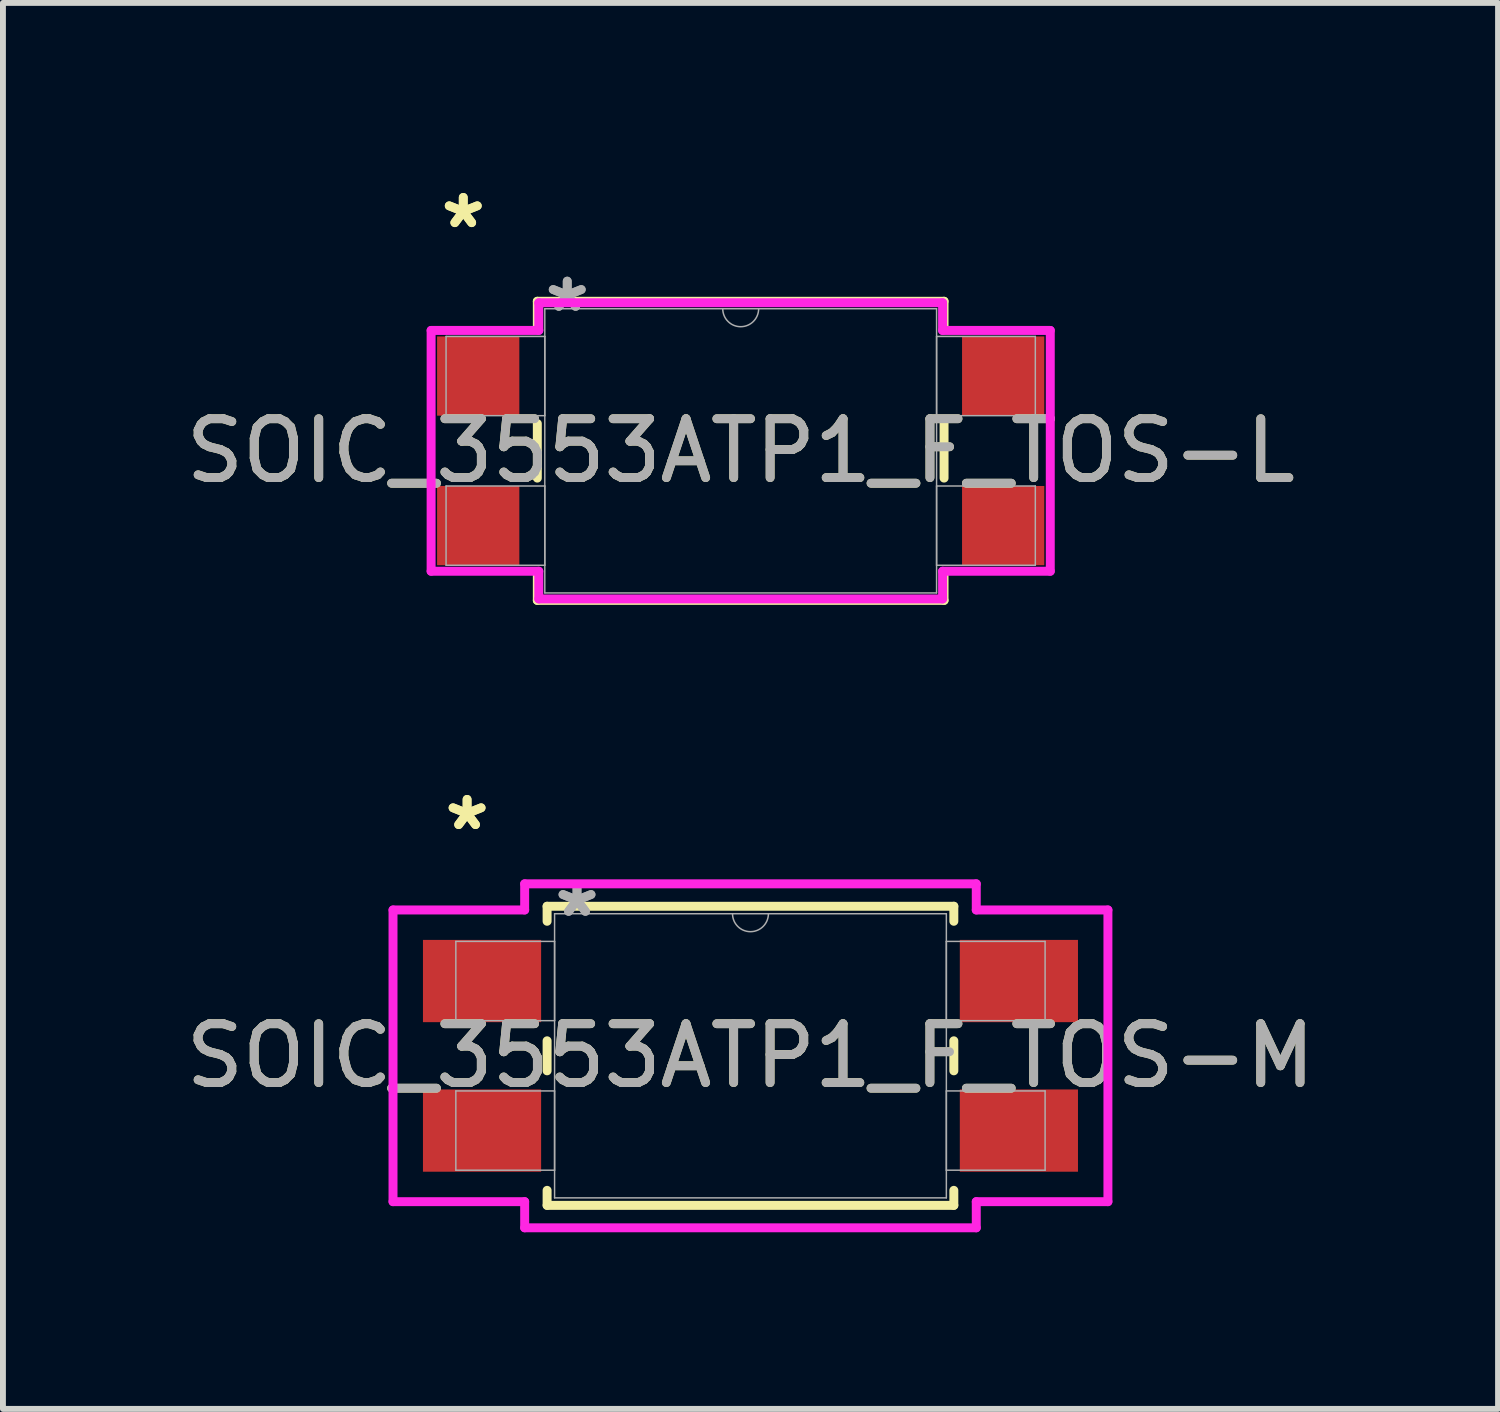
<source format=kicad_pcb>
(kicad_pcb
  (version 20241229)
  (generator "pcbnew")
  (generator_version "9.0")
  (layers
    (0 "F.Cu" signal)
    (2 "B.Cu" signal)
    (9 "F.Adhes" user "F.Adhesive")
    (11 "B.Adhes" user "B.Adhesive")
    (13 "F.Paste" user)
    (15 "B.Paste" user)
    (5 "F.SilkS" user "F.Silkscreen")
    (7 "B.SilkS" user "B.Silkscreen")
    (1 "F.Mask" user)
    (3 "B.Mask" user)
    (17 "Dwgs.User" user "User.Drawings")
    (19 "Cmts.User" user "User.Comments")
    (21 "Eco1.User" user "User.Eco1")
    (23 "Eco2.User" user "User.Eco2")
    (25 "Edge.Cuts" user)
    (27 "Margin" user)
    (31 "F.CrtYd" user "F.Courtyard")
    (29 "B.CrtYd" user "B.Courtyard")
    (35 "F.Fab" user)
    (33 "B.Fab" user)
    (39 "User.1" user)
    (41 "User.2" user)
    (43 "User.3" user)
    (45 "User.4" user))
  (footprint "SOIC_3553ATP1_F_TOS-M"
    (layer "F.Cu")
    (at 9.696 14.882)
    (property "Reference" "SOIC_3553ATP1_F_TOS-M" (at 0 0 0) (unlocked yes) (layer "F.SilkS") (effects (font (size 1 1) (thickness 0.15))))
    (attr smd)
    (fp_line (start -3.454 -2.54) (end -3.454 -2.285) (stroke (width 0.152) (type solid)) (layer "F.SilkS"))
    (fp_line (start -3.454 -0.255) (end -3.454 0.255) (stroke (width 0.152) (type solid)) (layer "F.SilkS"))
    (fp_line (start -3.454 2.285) (end -3.454 2.54) (stroke (width 0.152) (type solid)) (layer "F.SilkS"))
    (fp_line (start -3.454 2.54) (end 3.454 2.54) (stroke (width 0.152) (type solid)) (layer "F.SilkS"))
    (fp_line (start 3.454 -2.54) (end -3.454 -2.54) (stroke (width 0.152) (type solid)) (layer "F.SilkS"))
    (fp_line (start 3.454 -2.285) (end 3.454 -2.54) (stroke (width 0.152) (type solid)) (layer "F.SilkS"))
    (fp_line (start 3.454 0.255) (end 3.454 -0.255) (stroke (width 0.152) (type solid)) (layer "F.SilkS"))
    (fp_line (start 3.454 2.54) (end 3.454 2.285) (stroke (width 0.152) (type solid)) (layer "F.SilkS"))
    (fp_line (start -6.071 -2.477) (end -3.835 -2.477) (stroke (width 0.152) (type solid)) (layer "F.CrtYd"))
    (fp_line (start -6.071 2.477) (end -6.071 -2.477) (stroke (width 0.152) (type solid)) (layer "F.CrtYd"))
    (fp_line (start -6.071 2.477) (end -3.835 2.477) (stroke (width 0.152) (type solid)) (layer "F.CrtYd"))
    (fp_line (start -3.835 -2.921) (end 3.835 -2.921) (stroke (width 0.152) (type solid)) (layer "F.CrtYd"))
    (fp_line (start -3.835 -2.477) (end -3.835 -2.921) (stroke (width 0.152) (type solid)) (layer "F.CrtYd"))
    (fp_line (start -3.835 2.921) (end -3.835 2.477) (stroke (width 0.152) (type solid)) (layer "F.CrtYd"))
    (fp_line (start 3.835 -2.921) (end 3.835 -2.477) (stroke (width 0.152) (type solid)) (layer "F.CrtYd"))
    (fp_line (start 3.835 2.477) (end 3.835 2.921) (stroke (width 0.152) (type solid)) (layer "F.CrtYd"))
    (fp_line (start 3.835 2.921) (end -3.835 2.921) (stroke (width 0.152) (type solid)) (layer "F.CrtYd"))
    (fp_line (start 6.071 -2.477) (end 3.835 -2.477) (stroke (width 0.152) (type solid)) (layer "F.CrtYd"))
    (fp_line (start 6.071 -2.477) (end 6.071 2.477) (stroke (width 0.152) (type solid)) (layer "F.CrtYd"))
    (fp_line (start 6.071 2.477) (end 3.835 2.477) (stroke (width 0.152) (type solid)) (layer "F.CrtYd"))
    (fp_line (start -5.004 -1.943) (end -5.004 -0.597) (stroke (width 0.025) (type solid)) (layer "F.Fab"))
    (fp_line (start -5.004 -0.597) (end -3.327 -0.597) (stroke (width 0.025) (type solid)) (layer "F.Fab"))
    (fp_line (start -5.004 0.597) (end -5.004 1.943) (stroke (width 0.025) (type solid)) (layer "F.Fab"))
    (fp_line (start -5.004 1.943) (end -3.327 1.943) (stroke (width 0.025) (type solid)) (layer "F.Fab"))
    (fp_line (start -3.327 -2.413) (end -3.327 2.413) (stroke (width 0.025) (type solid)) (layer "F.Fab"))
    (fp_line (start -3.327 -1.943) (end -5.004 -1.943) (stroke (width 0.025) (type solid)) (layer "F.Fab"))
    (fp_line (start -3.327 -0.597) (end -3.327 -1.943) (stroke (width 0.025) (type solid)) (layer "F.Fab"))
    (fp_line (start -3.327 0.597) (end -5.004 0.597) (stroke (width 0.025) (type solid)) (layer "F.Fab"))
    (fp_line (start -3.327 1.943) (end -3.327 0.597) (stroke (width 0.025) (type solid)) (layer "F.Fab"))
    (fp_line (start -3.327 2.413) (end 3.327 2.413) (stroke (width 0.025) (type solid)) (layer "F.Fab"))
    (fp_line (start 3.327 -2.413) (end -3.327 -2.413) (stroke (width 0.025) (type solid)) (layer "F.Fab"))
    (fp_line (start 3.327 -1.943) (end 3.327 -0.597) (stroke (width 0.025) (type solid)) (layer "F.Fab"))
    (fp_line (start 3.327 -0.597) (end 5.004 -0.597) (stroke (width 0.025) (type solid)) (layer "F.Fab"))
    (fp_line (start 3.327 0.597) (end 3.327 1.943) (stroke (width 0.025) (type solid)) (layer "F.Fab"))
    (fp_line (start 3.327 1.943) (end 5.004 1.943) (stroke (width 0.025) (type solid)) (layer "F.Fab"))
    (fp_line (start 3.327 2.413) (end 3.327 -2.413) (stroke (width 0.025) (type solid)) (layer "F.Fab"))
    (fp_line (start 5.004 -1.943) (end 3.327 -1.943) (stroke (width 0.025) (type solid)) (layer "F.Fab"))
    (fp_line (start 5.004 -0.597) (end 5.004 -1.943) (stroke (width 0.025) (type solid)) (layer "F.Fab"))
    (fp_line (start 5.004 0.597) (end 3.327 0.597) (stroke (width 0.025) (type solid)) (layer "F.Fab"))
    (fp_line (start 5.004 1.943) (end 5.004 0.597) (stroke (width 0.025) (type solid)) (layer "F.Fab"))
    (fp_arc (start 0.3048 -2.413) (mid 0 -2.1082) (end -0.3048 -2.413) (stroke (width 0.0254) (type solid)) (layer "F.Fab"))
    (fp_text user "*" (at -4.813 -3.81 0) (unlocked yes) (layer "F.SilkS") (effects (font (size 1 1) (thickness 0.15))))
    (fp_text user "*" (at -4.813 -3.81 0) (layer "F.SilkS") (effects (font (size 1 1) (thickness 0.15))))
    (fp_text user "*" (at -2.946 -2.337 0) (layer "F.Fab") (effects (font (size 1 1) (thickness 0.15))))
    (fp_text user "${REFERENCE}" (at 0 0 0) (unlocked yes) (layer "F.Fab") (effects (font (size 1 1) (thickness 0.15))))
    (fp_text user "*" (at -2.946 -2.337 0) (unlocked yes) (layer "F.Fab") (effects (font (size 1 1) (thickness 0.15))))
    (pad "1" smd rect (at -4.559 -1.27) (size 2.007 1.397) (layers "F.Cu" "F.Mask" "F.Paste"))
    (pad "2" smd rect (at -4.559 1.27) (size 2.007 1.397) (layers "F.Cu" "F.Mask" "F.Paste"))
    (pad "3" smd rect (at 4.559 1.27) (size 2.007 1.397) (layers "F.Cu" "F.Mask" "F.Paste"))
    (pad "4" smd rect (at 4.559 -1.27) (size 2.007 1.397) (layers "F.Cu" "F.Mask" "F.Paste")))
  (footprint "SOIC_3553ATP1_F_TOS-L"
    (layer "F.Cu")
    (at 9.53 4.607)
    (property "Reference" "SOIC_3553ATP1_F_TOS-L" (at 0 0 0) (unlocked yes) (layer "F.SilkS") (effects (font (size 1 1) (thickness 0.15))))
    (attr smd)
    (fp_line (start -3.454 -2.54) (end -3.454 -2.077) (stroke (width 0.152) (type solid)) (layer "F.SilkS"))
    (fp_line (start -3.454 -0.463) (end -3.454 0.463) (stroke (width 0.152) (type solid)) (layer "F.SilkS"))
    (fp_line (start -3.454 2.077) (end -3.454 2.54) (stroke (width 0.152) (type solid)) (layer "F.SilkS"))
    (fp_line (start -3.454 2.54) (end 3.454 2.54) (stroke (width 0.152) (type solid)) (layer "F.SilkS"))
    (fp_line (start 3.454 -2.54) (end -3.454 -2.54) (stroke (width 0.152) (type solid)) (layer "F.SilkS"))
    (fp_line (start 3.454 -2.077) (end 3.454 -2.54) (stroke (width 0.152) (type solid)) (layer "F.SilkS"))
    (fp_line (start 3.454 0.463) (end 3.454 -0.463) (stroke (width 0.152) (type solid)) (layer "F.SilkS"))
    (fp_line (start 3.454 2.54) (end 3.454 2.077) (stroke (width 0.152) (type solid)) (layer "F.SilkS"))
    (fp_line (start -5.258 -2.045) (end -3.429 -2.045) (stroke (width 0.152) (type solid)) (layer "F.CrtYd"))
    (fp_line (start -5.258 2.045) (end -5.258 -2.045) (stroke (width 0.152) (type solid)) (layer "F.CrtYd"))
    (fp_line (start -5.258 2.045) (end -3.429 2.045) (stroke (width 0.152) (type solid)) (layer "F.CrtYd"))
    (fp_line (start -3.429 -2.515) (end 3.429 -2.515) (stroke (width 0.152) (type solid)) (layer "F.CrtYd"))
    (fp_line (start -3.429 -2.045) (end -3.429 -2.515) (stroke (width 0.152) (type solid)) (layer "F.CrtYd"))
    (fp_line (start -3.429 2.515) (end -3.429 2.045) (stroke (width 0.152) (type solid)) (layer "F.CrtYd"))
    (fp_line (start 3.429 -2.515) (end 3.429 -2.045) (stroke (width 0.152) (type solid)) (layer "F.CrtYd"))
    (fp_line (start 3.429 2.045) (end 3.429 2.515) (stroke (width 0.152) (type solid)) (layer "F.CrtYd"))
    (fp_line (start 3.429 2.515) (end -3.429 2.515) (stroke (width 0.152) (type solid)) (layer "F.CrtYd"))
    (fp_line (start 5.258 -2.045) (end 3.429 -2.045) (stroke (width 0.152) (type solid)) (layer "F.CrtYd"))
    (fp_line (start 5.258 -2.045) (end 5.258 2.045) (stroke (width 0.152) (type solid)) (layer "F.CrtYd"))
    (fp_line (start 5.258 2.045) (end 3.429 2.045) (stroke (width 0.152) (type solid)) (layer "F.CrtYd"))
    (fp_line (start -5.004 -1.943) (end -5.004 -0.597) (stroke (width 0.025) (type solid)) (layer "F.Fab"))
    (fp_line (start -5.004 -0.597) (end -3.327 -0.597) (stroke (width 0.025) (type solid)) (layer "F.Fab"))
    (fp_line (start -5.004 0.597) (end -5.004 1.943) (stroke (width 0.025) (type solid)) (layer "F.Fab"))
    (fp_line (start -5.004 1.943) (end -3.327 1.943) (stroke (width 0.025) (type solid)) (layer "F.Fab"))
    (fp_line (start -3.327 -2.413) (end -3.327 2.413) (stroke (width 0.025) (type solid)) (layer "F.Fab"))
    (fp_line (start -3.327 -1.943) (end -5.004 -1.943) (stroke (width 0.025) (type solid)) (layer "F.Fab"))
    (fp_line (start -3.327 -0.597) (end -3.327 -1.943) (stroke (width 0.025) (type solid)) (layer "F.Fab"))
    (fp_line (start -3.327 0.597) (end -5.004 0.597) (stroke (width 0.025) (type solid)) (layer "F.Fab"))
    (fp_line (start -3.327 1.943) (end -3.327 0.597) (stroke (width 0.025) (type solid)) (layer "F.Fab"))
    (fp_line (start -3.327 2.413) (end 3.327 2.413) (stroke (width 0.025) (type solid)) (layer "F.Fab"))
    (fp_line (start 3.327 -2.413) (end -3.327 -2.413) (stroke (width 0.025) (type solid)) (layer "F.Fab"))
    (fp_line (start 3.327 -1.943) (end 3.327 -0.597) (stroke (width 0.025) (type solid)) (layer "F.Fab"))
    (fp_line (start 3.327 -0.597) (end 5.004 -0.597) (stroke (width 0.025) (type solid)) (layer "F.Fab"))
    (fp_line (start 3.327 0.597) (end 3.327 1.943) (stroke (width 0.025) (type solid)) (layer "F.Fab"))
    (fp_line (start 3.327 1.943) (end 5.004 1.943) (stroke (width 0.025) (type solid)) (layer "F.Fab"))
    (fp_line (start 3.327 2.413) (end 3.327 -2.413) (stroke (width 0.025) (type solid)) (layer "F.Fab"))
    (fp_line (start 5.004 -1.943) (end 3.327 -1.943) (stroke (width 0.025) (type solid)) (layer "F.Fab"))
    (fp_line (start 5.004 -0.597) (end 5.004 -1.943) (stroke (width 0.025) (type solid)) (layer "F.Fab"))
    (fp_line (start 5.004 0.597) (end 3.327 0.597) (stroke (width 0.025) (type solid)) (layer "F.Fab"))
    (fp_line (start 5.004 1.943) (end 5.004 0.597) (stroke (width 0.025) (type solid)) (layer "F.Fab"))
    (fp_arc (start 0.3048 -2.413) (mid 0 -2.1082) (end -0.3048 -2.413) (stroke (width 0.0254) (type solid)) (layer "F.Fab"))
    (fp_text user "*" (at -4.712 -3.759 0) (unlocked yes) (layer "F.SilkS") (effects (font (size 1 1) (thickness 0.15))))
    (fp_text user "*" (at -4.712 -3.759 0) (layer "F.SilkS") (effects (font (size 1 1) (thickness 0.15))))
    (fp_text user "*" (at -2.946 -2.337 0) (layer "F.Fab") (effects (font (size 1 1) (thickness 0.15))))
    (fp_text user "${REFERENCE}" (at 0 0 0) (unlocked yes) (layer "F.Fab") (effects (font (size 1 1) (thickness 0.15))))
    (fp_text user "*" (at -2.946 -2.337 0) (unlocked yes) (layer "F.Fab") (effects (font (size 1 1) (thickness 0.15))))
    (pad "1" smd rect (at -4.458 -1.27) (size 1.397 1.346) (layers "F.Cu" "F.Mask" "F.Paste"))
    (pad "2" smd rect (at -4.458 1.27) (size 1.397 1.346) (layers "F.Cu" "F.Mask" "F.Paste"))
    (pad "3" smd rect (at 4.458 1.27) (size 1.397 1.346) (layers "F.Cu" "F.Mask" "F.Paste"))
    (pad "4" smd rect (at 4.458 -1.27) (size 1.397 1.346) (layers "F.Cu" "F.Mask" "F.Paste")))
  (gr_rect
    (start -3 -3)
    (end 22.393 20.879)
    (stroke (width 0.1) (type default))
    (fill no)
    (layer "Edge.Cuts")))
</source>
